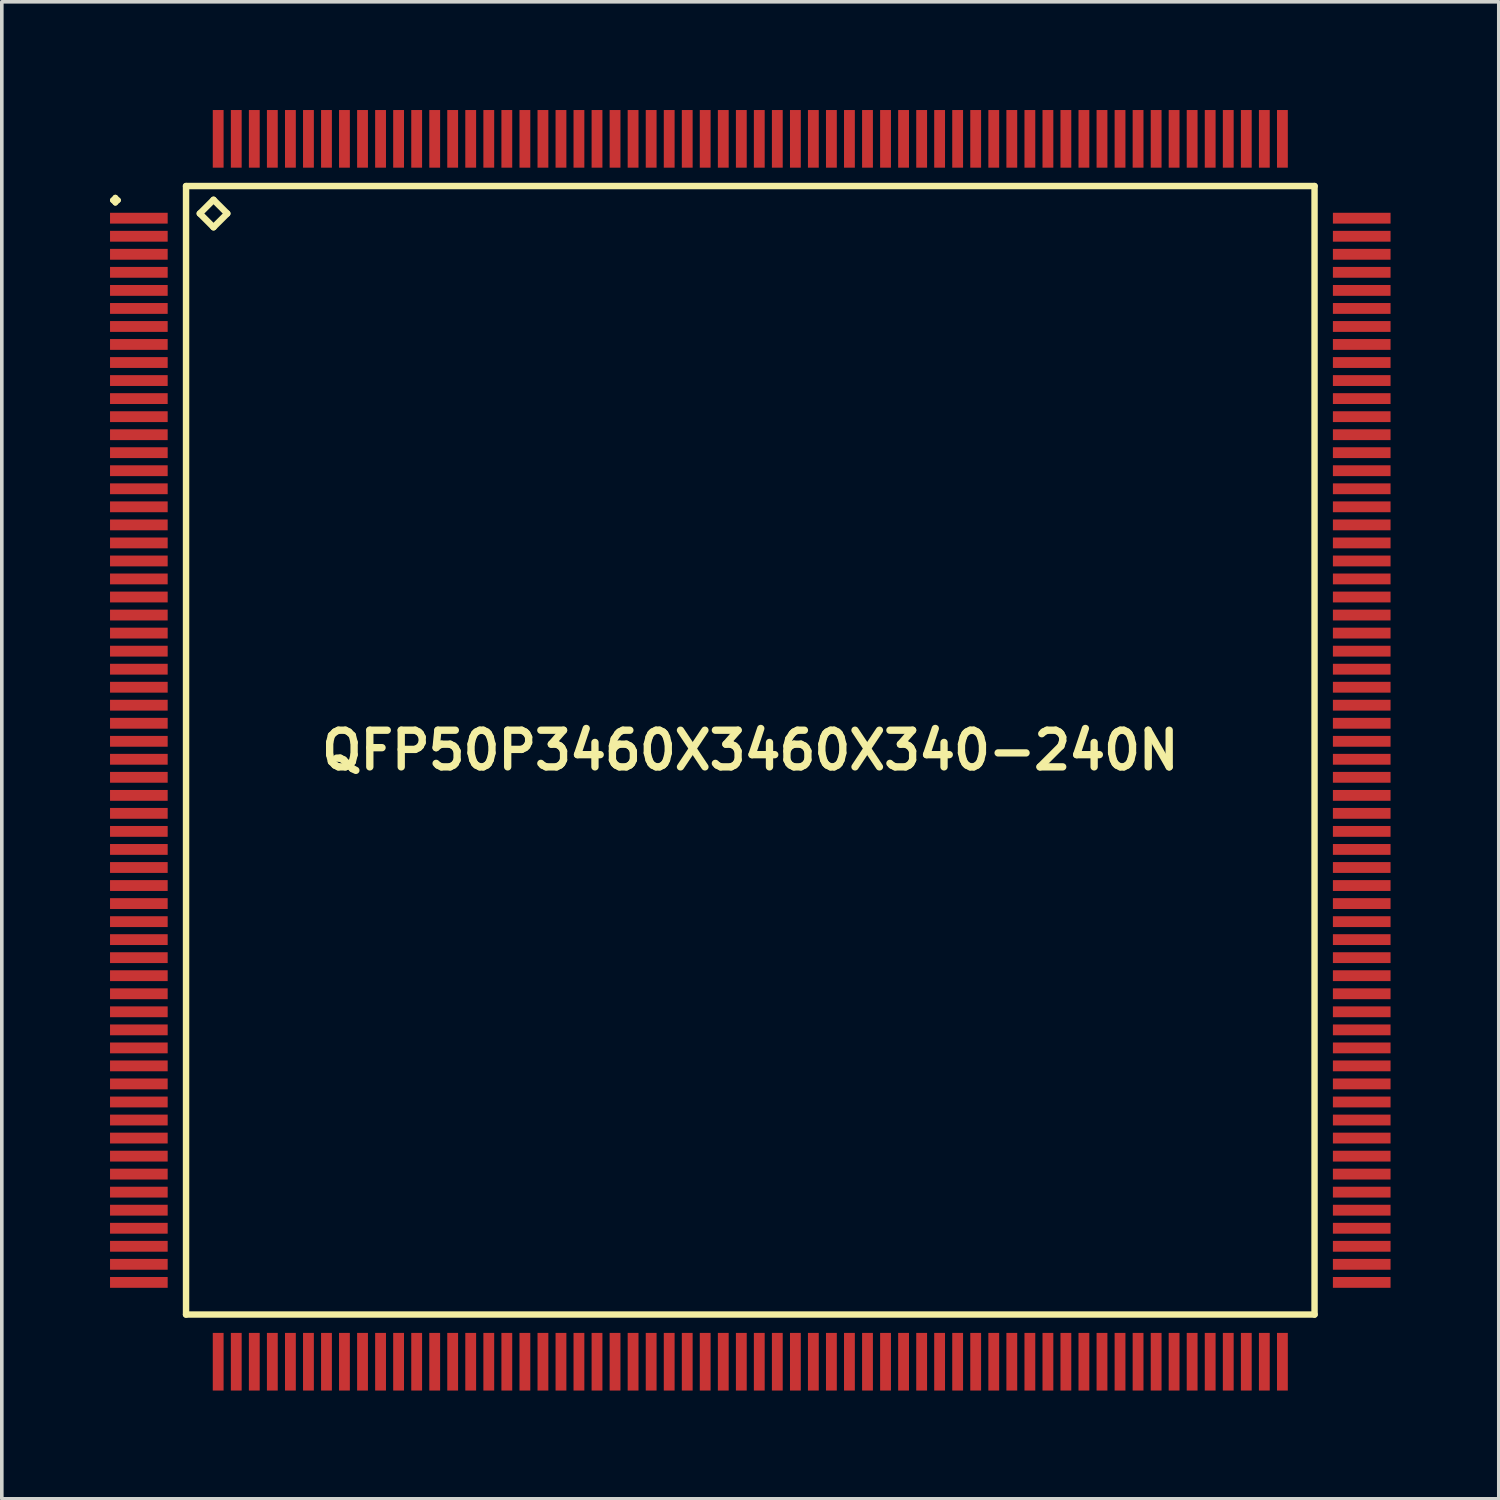
<source format=kicad_pcb>
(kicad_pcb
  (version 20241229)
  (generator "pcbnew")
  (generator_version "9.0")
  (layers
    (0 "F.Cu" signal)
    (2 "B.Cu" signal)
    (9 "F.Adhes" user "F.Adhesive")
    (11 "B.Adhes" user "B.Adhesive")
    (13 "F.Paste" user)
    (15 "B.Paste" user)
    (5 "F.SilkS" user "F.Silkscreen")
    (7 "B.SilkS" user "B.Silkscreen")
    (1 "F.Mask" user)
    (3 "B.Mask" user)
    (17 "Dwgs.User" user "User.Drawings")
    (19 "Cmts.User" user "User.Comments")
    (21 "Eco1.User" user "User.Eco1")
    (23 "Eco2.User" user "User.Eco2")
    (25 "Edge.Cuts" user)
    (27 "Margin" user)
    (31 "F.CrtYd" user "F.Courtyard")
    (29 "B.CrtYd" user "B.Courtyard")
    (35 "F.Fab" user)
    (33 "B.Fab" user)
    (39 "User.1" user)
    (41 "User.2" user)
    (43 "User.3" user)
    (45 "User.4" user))
  (footprint "QFP50P3460X3460X340-240N"
    (layer "F.Cu")
    (at 17.748 17.748)
    (property "Reference" "QFP50P3460X3460X340-240N" (at 0 0 0) (layer "F.SilkS") (effects (font (size 1.016 1.016) (thickness 0.203))))
    (attr smd)
    (fp_line (start -17.673 -15.248) (end -17.6 -15.324) (stroke (width 0.15) (type solid)) (layer "F.SilkS"))
    (fp_line (start -17.6 -15.324) (end -17.523 -15.248) (stroke (width 0.15) (type solid)) (layer "F.SilkS"))
    (fp_line (start -17.6 -15.174) (end -17.673 -15.248) (stroke (width 0.15) (type solid)) (layer "F.SilkS"))
    (fp_line (start -17.523 -15.248) (end -17.6 -15.174) (stroke (width 0.15) (type solid)) (layer "F.SilkS"))
    (fp_line (start -15.641 -15.641) (end -15.641 15.641) (stroke (width 0.178) (type solid)) (layer "F.SilkS"))
    (fp_line (start -15.641 15.641) (end 15.641 15.641) (stroke (width 0.178) (type solid)) (layer "F.SilkS"))
    (fp_line (start -15.26 -14.879) (end -14.879 -15.26) (stroke (width 0.178) (type solid)) (layer "F.SilkS"))
    (fp_line (start -14.879 -15.26) (end -14.498 -14.879) (stroke (width 0.178) (type solid)) (layer "F.SilkS"))
    (fp_line (start -14.879 -14.498) (end -15.26 -14.879) (stroke (width 0.178) (type solid)) (layer "F.SilkS"))
    (fp_line (start -14.498 -14.879) (end -14.879 -14.498) (stroke (width 0.178) (type solid)) (layer "F.SilkS"))
    (fp_line (start 15.641 -15.641) (end -15.641 -15.641) (stroke (width 0.178) (type solid)) (layer "F.SilkS"))
    (fp_line (start 15.641 15.641) (end 15.641 -15.641) (stroke (width 0.178) (type solid)) (layer "F.SilkS"))
    (pad "1" smd rect (at -16.949 -14.75) (size 1.598 0.3) (layers "F.Cu" "F.Mask" "F.Paste"))
    (pad "2" smd rect (at -16.949 -14.249) (size 1.598 0.3) (layers "F.Cu" "F.Mask" "F.Paste"))
    (pad "3" smd rect (at -16.949 -13.749) (size 1.598 0.3) (layers "F.Cu" "F.Mask" "F.Paste"))
    (pad "4" smd rect (at -16.949 -13.249) (size 1.598 0.3) (layers "F.Cu" "F.Mask" "F.Paste"))
    (pad "5" smd rect (at -16.949 -12.748) (size 1.598 0.3) (layers "F.Cu" "F.Mask" "F.Paste"))
    (pad "6" smd rect (at -16.949 -12.248) (size 1.598 0.3) (layers "F.Cu" "F.Mask" "F.Paste"))
    (pad "7" smd rect (at -16.949 -11.748) (size 1.598 0.3) (layers "F.Cu" "F.Mask" "F.Paste"))
    (pad "8" smd rect (at -16.949 -11.25) (size 1.598 0.3) (layers "F.Cu" "F.Mask" "F.Paste"))
    (pad "9" smd rect (at -16.949 -10.749) (size 1.598 0.3) (layers "F.Cu" "F.Mask" "F.Paste"))
    (pad "10" smd rect (at -16.949 -10.249) (size 1.598 0.3) (layers "F.Cu" "F.Mask" "F.Paste"))
    (pad "11" smd rect (at -16.949 -9.749) (size 1.598 0.3) (layers "F.Cu" "F.Mask" "F.Paste"))
    (pad "12" smd rect (at -16.949 -9.248) (size 1.598 0.3) (layers "F.Cu" "F.Mask" "F.Paste"))
    (pad "13" smd rect (at -16.949 -8.748) (size 1.598 0.3) (layers "F.Cu" "F.Mask" "F.Paste"))
    (pad "14" smd rect (at -16.949 -8.25) (size 1.598 0.3) (layers "F.Cu" "F.Mask" "F.Paste"))
    (pad "15" smd rect (at -16.949 -7.75) (size 1.598 0.3) (layers "F.Cu" "F.Mask" "F.Paste"))
    (pad "16" smd rect (at -16.949 -7.249) (size 1.598 0.3) (layers "F.Cu" "F.Mask" "F.Paste"))
    (pad "17" smd rect (at -16.949 -6.749) (size 1.598 0.3) (layers "F.Cu" "F.Mask" "F.Paste"))
    (pad "18" smd rect (at -16.949 -6.248) (size 1.598 0.3) (layers "F.Cu" "F.Mask" "F.Paste"))
    (pad "19" smd rect (at -16.949 -5.748) (size 1.598 0.3) (layers "F.Cu" "F.Mask" "F.Paste"))
    (pad "20" smd rect (at -16.949 -5.248) (size 1.598 0.3) (layers "F.Cu" "F.Mask" "F.Paste"))
    (pad "21" smd rect (at -16.949 -4.75) (size 1.598 0.3) (layers "F.Cu" "F.Mask" "F.Paste"))
    (pad "22" smd rect (at -16.949 -4.249) (size 1.598 0.3) (layers "F.Cu" "F.Mask" "F.Paste"))
    (pad "23" smd rect (at -16.949 -3.749) (size 1.598 0.3) (layers "F.Cu" "F.Mask" "F.Paste"))
    (pad "24" smd rect (at -16.949 -3.249) (size 1.598 0.3) (layers "F.Cu" "F.Mask" "F.Paste"))
    (pad "25" smd rect (at -16.949 -2.748) (size 1.598 0.3) (layers "F.Cu" "F.Mask" "F.Paste"))
    (pad "26" smd rect (at -16.949 -2.248) (size 1.598 0.3) (layers "F.Cu" "F.Mask" "F.Paste"))
    (pad "27" smd rect (at -16.949 -1.748) (size 1.598 0.3) (layers "F.Cu" "F.Mask" "F.Paste"))
    (pad "28" smd rect (at -16.949 -1.25) (size 1.598 0.3) (layers "F.Cu" "F.Mask" "F.Paste"))
    (pad "29" smd rect (at -16.949 -0.749) (size 1.598 0.3) (layers "F.Cu" "F.Mask" "F.Paste"))
    (pad "30" smd rect (at -16.949 -0.249) (size 1.598 0.3) (layers "F.Cu" "F.Mask" "F.Paste"))
    (pad "31" smd rect (at -16.949 0.249) (size 1.598 0.3) (layers "F.Cu" "F.Mask" "F.Paste"))
    (pad "32" smd rect (at -16.949 0.749) (size 1.598 0.3) (layers "F.Cu" "F.Mask" "F.Paste"))
    (pad "33" smd rect (at -16.949 1.25) (size 1.598 0.3) (layers "F.Cu" "F.Mask" "F.Paste"))
    (pad "34" smd rect (at -16.949 1.748) (size 1.598 0.3) (layers "F.Cu" "F.Mask" "F.Paste"))
    (pad "35" smd rect (at -16.949 2.248) (size 1.598 0.3) (layers "F.Cu" "F.Mask" "F.Paste"))
    (pad "36" smd rect (at -16.949 2.748) (size 1.598 0.3) (layers "F.Cu" "F.Mask" "F.Paste"))
    (pad "37" smd rect (at -16.949 3.249) (size 1.598 0.3) (layers "F.Cu" "F.Mask" "F.Paste"))
    (pad "38" smd rect (at -16.949 3.749) (size 1.598 0.3) (layers "F.Cu" "F.Mask" "F.Paste"))
    (pad "39" smd rect (at -16.949 4.249) (size 1.598 0.3) (layers "F.Cu" "F.Mask" "F.Paste"))
    (pad "40" smd rect (at -16.949 4.75) (size 1.598 0.3) (layers "F.Cu" "F.Mask" "F.Paste"))
    (pad "41" smd rect (at -16.949 5.248) (size 1.598 0.3) (layers "F.Cu" "F.Mask" "F.Paste"))
    (pad "42" smd rect (at -16.949 5.748) (size 1.598 0.3) (layers "F.Cu" "F.Mask" "F.Paste"))
    (pad "43" smd rect (at -16.949 6.248) (size 1.598 0.3) (layers "F.Cu" "F.Mask" "F.Paste"))
    (pad "44" smd rect (at -16.949 6.749) (size 1.598 0.3) (layers "F.Cu" "F.Mask" "F.Paste"))
    (pad "45" smd rect (at -16.949 7.249) (size 1.598 0.3) (layers "F.Cu" "F.Mask" "F.Paste"))
    (pad "46" smd rect (at -16.949 7.75) (size 1.598 0.3) (layers "F.Cu" "F.Mask" "F.Paste"))
    (pad "47" smd rect (at -16.949 8.25) (size 1.598 0.3) (layers "F.Cu" "F.Mask" "F.Paste"))
    (pad "48" smd rect (at -16.949 8.748) (size 1.598 0.3) (layers "F.Cu" "F.Mask" "F.Paste"))
    (pad "49" smd rect (at -16.949 9.248) (size 1.598 0.3) (layers "F.Cu" "F.Mask" "F.Paste"))
    (pad "50" smd rect (at -16.949 9.749) (size 1.598 0.3) (layers "F.Cu" "F.Mask" "F.Paste"))
    (pad "51" smd rect (at -16.949 10.249) (size 1.598 0.3) (layers "F.Cu" "F.Mask" "F.Paste"))
    (pad "52" smd rect (at -16.949 10.749) (size 1.598 0.3) (layers "F.Cu" "F.Mask" "F.Paste"))
    (pad "53" smd rect (at -16.949 11.25) (size 1.598 0.3) (layers "F.Cu" "F.Mask" "F.Paste"))
    (pad "54" smd rect (at -16.949 11.748) (size 1.598 0.3) (layers "F.Cu" "F.Mask" "F.Paste"))
    (pad "55" smd rect (at -16.949 12.248) (size 1.598 0.3) (layers "F.Cu" "F.Mask" "F.Paste"))
    (pad "56" smd rect (at -16.949 12.748) (size 1.598 0.3) (layers "F.Cu" "F.Mask" "F.Paste"))
    (pad "57" smd rect (at -16.949 13.249) (size 1.598 0.3) (layers "F.Cu" "F.Mask" "F.Paste"))
    (pad "58" smd rect (at -16.949 13.749) (size 1.598 0.3) (layers "F.Cu" "F.Mask" "F.Paste"))
    (pad "59" smd rect (at -16.949 14.249) (size 1.598 0.3) (layers "F.Cu" "F.Mask" "F.Paste"))
    (pad "60" smd rect (at -16.949 14.75) (size 1.598 0.3) (layers "F.Cu" "F.Mask" "F.Paste"))
    (pad "61" smd rect (at -14.75 16.949) (size 0.3 1.598) (layers "F.Cu" "F.Mask" "F.Paste"))
    (pad "62" smd rect (at -14.249 16.949) (size 0.3 1.598) (layers "F.Cu" "F.Mask" "F.Paste"))
    (pad "63" smd rect (at -13.749 16.949) (size 0.3 1.598) (layers "F.Cu" "F.Mask" "F.Paste"))
    (pad "64" smd rect (at -13.249 16.949) (size 0.3 1.598) (layers "F.Cu" "F.Mask" "F.Paste"))
    (pad "65" smd rect (at -12.748 16.949) (size 0.3 1.598) (layers "F.Cu" "F.Mask" "F.Paste"))
    (pad "66" smd rect (at -12.248 16.949) (size 0.3 1.598) (layers "F.Cu" "F.Mask" "F.Paste"))
    (pad "67" smd rect (at -11.748 16.949) (size 0.3 1.598) (layers "F.Cu" "F.Mask" "F.Paste"))
    (pad "68" smd rect (at -11.25 16.949) (size 0.3 1.598) (layers "F.Cu" "F.Mask" "F.Paste"))
    (pad "69" smd rect (at -10.749 16.949) (size 0.3 1.598) (layers "F.Cu" "F.Mask" "F.Paste"))
    (pad "70" smd rect (at -10.249 16.949) (size 0.3 1.598) (layers "F.Cu" "F.Mask" "F.Paste"))
    (pad "71" smd rect (at -9.749 16.949) (size 0.3 1.598) (layers "F.Cu" "F.Mask" "F.Paste"))
    (pad "72" smd rect (at -9.248 16.949) (size 0.3 1.598) (layers "F.Cu" "F.Mask" "F.Paste"))
    (pad "73" smd rect (at -8.748 16.949) (size 0.3 1.598) (layers "F.Cu" "F.Mask" "F.Paste"))
    (pad "74" smd rect (at -8.25 16.949) (size 0.3 1.598) (layers "F.Cu" "F.Mask" "F.Paste"))
    (pad "75" smd rect (at -7.75 16.949) (size 0.3 1.598) (layers "F.Cu" "F.Mask" "F.Paste"))
    (pad "76" smd rect (at -7.249 16.949) (size 0.3 1.598) (layers "F.Cu" "F.Mask" "F.Paste"))
    (pad "77" smd rect (at -6.749 16.949) (size 0.3 1.598) (layers "F.Cu" "F.Mask" "F.Paste"))
    (pad "78" smd rect (at -6.248 16.949) (size 0.3 1.598) (layers "F.Cu" "F.Mask" "F.Paste"))
    (pad "79" smd rect (at -5.748 16.949) (size 0.3 1.598) (layers "F.Cu" "F.Mask" "F.Paste"))
    (pad "80" smd rect (at -5.248 16.949) (size 0.3 1.598) (layers "F.Cu" "F.Mask" "F.Paste"))
    (pad "81" smd rect (at -4.75 16.949) (size 0.3 1.598) (layers "F.Cu" "F.Mask" "F.Paste"))
    (pad "82" smd rect (at -4.249 16.949) (size 0.3 1.598) (layers "F.Cu" "F.Mask" "F.Paste"))
    (pad "83" smd rect (at -3.749 16.949) (size 0.3 1.598) (layers "F.Cu" "F.Mask" "F.Paste"))
    (pad "84" smd rect (at -3.249 16.949) (size 0.3 1.598) (layers "F.Cu" "F.Mask" "F.Paste"))
    (pad "85" smd rect (at -2.748 16.949) (size 0.3 1.598) (layers "F.Cu" "F.Mask" "F.Paste"))
    (pad "86" smd rect (at -2.248 16.949) (size 0.3 1.598) (layers "F.Cu" "F.Mask" "F.Paste"))
    (pad "87" smd rect (at -1.748 16.949) (size 0.3 1.598) (layers "F.Cu" "F.Mask" "F.Paste"))
    (pad "88" smd rect (at -1.25 16.949) (size 0.3 1.598) (layers "F.Cu" "F.Mask" "F.Paste"))
    (pad "89" smd rect (at -0.749 16.949) (size 0.3 1.598) (layers "F.Cu" "F.Mask" "F.Paste"))
    (pad "90" smd rect (at -0.249 16.949) (size 0.3 1.598) (layers "F.Cu" "F.Mask" "F.Paste"))
    (pad "91" smd rect (at 0.249 16.949) (size 0.3 1.598) (layers "F.Cu" "F.Mask" "F.Paste"))
    (pad "92" smd rect (at 0.749 16.949) (size 0.3 1.598) (layers "F.Cu" "F.Mask" "F.Paste"))
    (pad "93" smd rect (at 1.25 16.949) (size 0.3 1.598) (layers "F.Cu" "F.Mask" "F.Paste"))
    (pad "94" smd rect (at 1.748 16.949) (size 0.3 1.598) (layers "F.Cu" "F.Mask" "F.Paste"))
    (pad "95" smd rect (at 2.248 16.949) (size 0.3 1.598) (layers "F.Cu" "F.Mask" "F.Paste"))
    (pad "96" smd rect (at 2.748 16.949) (size 0.3 1.598) (layers "F.Cu" "F.Mask" "F.Paste"))
    (pad "97" smd rect (at 3.249 16.949) (size 0.3 1.598) (layers "F.Cu" "F.Mask" "F.Paste"))
    (pad "98" smd rect (at 3.749 16.949) (size 0.3 1.598) (layers "F.Cu" "F.Mask" "F.Paste"))
    (pad "99" smd rect (at 4.249 16.949) (size 0.3 1.598) (layers "F.Cu" "F.Mask" "F.Paste"))
    (pad "100" smd rect (at 4.75 16.949) (size 0.3 1.598) (layers "F.Cu" "F.Mask" "F.Paste"))
    (pad "101" smd rect (at 5.248 16.949) (size 0.3 1.598) (layers "F.Cu" "F.Mask" "F.Paste"))
    (pad "102" smd rect (at 5.748 16.949) (size 0.3 1.598) (layers "F.Cu" "F.Mask" "F.Paste"))
    (pad "103" smd rect (at 6.248 16.949) (size 0.3 1.598) (layers "F.Cu" "F.Mask" "F.Paste"))
    (pad "104" smd rect (at 6.749 16.949) (size 0.3 1.598) (layers "F.Cu" "F.Mask" "F.Paste"))
    (pad "105" smd rect (at 7.249 16.949) (size 0.3 1.598) (layers "F.Cu" "F.Mask" "F.Paste"))
    (pad "106" smd rect (at 7.75 16.949) (size 0.3 1.598) (layers "F.Cu" "F.Mask" "F.Paste"))
    (pad "107" smd rect (at 8.25 16.949) (size 0.3 1.598) (layers "F.Cu" "F.Mask" "F.Paste"))
    (pad "108" smd rect (at 8.748 16.949) (size 0.3 1.598) (layers "F.Cu" "F.Mask" "F.Paste"))
    (pad "109" smd rect (at 9.248 16.949) (size 0.3 1.598) (layers "F.Cu" "F.Mask" "F.Paste"))
    (pad "110" smd rect (at 9.749 16.949) (size 0.3 1.598) (layers "F.Cu" "F.Mask" "F.Paste"))
    (pad "111" smd rect (at 10.249 16.949) (size 0.3 1.598) (layers "F.Cu" "F.Mask" "F.Paste"))
    (pad "112" smd rect (at 10.749 16.949) (size 0.3 1.598) (layers "F.Cu" "F.Mask" "F.Paste"))
    (pad "113" smd rect (at 11.25 16.949) (size 0.3 1.598) (layers "F.Cu" "F.Mask" "F.Paste"))
    (pad "114" smd rect (at 11.748 16.949) (size 0.3 1.598) (layers "F.Cu" "F.Mask" "F.Paste"))
    (pad "115" smd rect (at 12.248 16.949) (size 0.3 1.598) (layers "F.Cu" "F.Mask" "F.Paste"))
    (pad "116" smd rect (at 12.748 16.949) (size 0.3 1.598) (layers "F.Cu" "F.Mask" "F.Paste"))
    (pad "117" smd rect (at 13.249 16.949) (size 0.3 1.598) (layers "F.Cu" "F.Mask" "F.Paste"))
    (pad "118" smd rect (at 13.749 16.949) (size 0.3 1.598) (layers "F.Cu" "F.Mask" "F.Paste"))
    (pad "119" smd rect (at 14.249 16.949) (size 0.3 1.598) (layers "F.Cu" "F.Mask" "F.Paste"))
    (pad "120" smd rect (at 14.75 16.949) (size 0.3 1.598) (layers "F.Cu" "F.Mask" "F.Paste"))
    (pad "121" smd rect (at 16.949 14.75) (size 1.598 0.3) (layers "F.Cu" "F.Mask" "F.Paste"))
    (pad "122" smd rect (at 16.949 14.249) (size 1.598 0.3) (layers "F.Cu" "F.Mask" "F.Paste"))
    (pad "123" smd rect (at 16.949 13.749) (size 1.598 0.3) (layers "F.Cu" "F.Mask" "F.Paste"))
    (pad "124" smd rect (at 16.949 13.249) (size 1.598 0.3) (layers "F.Cu" "F.Mask" "F.Paste"))
    (pad "125" smd rect (at 16.949 12.748) (size 1.598 0.3) (layers "F.Cu" "F.Mask" "F.Paste"))
    (pad "126" smd rect (at 16.949 12.248) (size 1.598 0.3) (layers "F.Cu" "F.Mask" "F.Paste"))
    (pad "127" smd rect (at 16.949 11.748) (size 1.598 0.3) (layers "F.Cu" "F.Mask" "F.Paste"))
    (pad "128" smd rect (at 16.949 11.25) (size 1.598 0.3) (layers "F.Cu" "F.Mask" "F.Paste"))
    (pad "129" smd rect (at 16.949 10.749) (size 1.598 0.3) (layers "F.Cu" "F.Mask" "F.Paste"))
    (pad "130" smd rect (at 16.949 10.249) (size 1.598 0.3) (layers "F.Cu" "F.Mask" "F.Paste"))
    (pad "131" smd rect (at 16.949 9.749) (size 1.598 0.3) (layers "F.Cu" "F.Mask" "F.Paste"))
    (pad "132" smd rect (at 16.949 9.248) (size 1.598 0.3) (layers "F.Cu" "F.Mask" "F.Paste"))
    (pad "133" smd rect (at 16.949 8.748) (size 1.598 0.3) (layers "F.Cu" "F.Mask" "F.Paste"))
    (pad "134" smd rect (at 16.949 8.25) (size 1.598 0.3) (layers "F.Cu" "F.Mask" "F.Paste"))
    (pad "135" smd rect (at 16.949 7.75) (size 1.598 0.3) (layers "F.Cu" "F.Mask" "F.Paste"))
    (pad "136" smd rect (at 16.949 7.249) (size 1.598 0.3) (layers "F.Cu" "F.Mask" "F.Paste"))
    (pad "137" smd rect (at 16.949 6.749) (size 1.598 0.3) (layers "F.Cu" "F.Mask" "F.Paste"))
    (pad "138" smd rect (at 16.949 6.248) (size 1.598 0.3) (layers "F.Cu" "F.Mask" "F.Paste"))
    (pad "139" smd rect (at 16.949 5.748) (size 1.598 0.3) (layers "F.Cu" "F.Mask" "F.Paste"))
    (pad "140" smd rect (at 16.949 5.248) (size 1.598 0.3) (layers "F.Cu" "F.Mask" "F.Paste"))
    (pad "141" smd rect (at 16.949 4.75) (size 1.598 0.3) (layers "F.Cu" "F.Mask" "F.Paste"))
    (pad "142" smd rect (at 16.949 4.249) (size 1.598 0.3) (layers "F.Cu" "F.Mask" "F.Paste"))
    (pad "143" smd rect (at 16.949 3.749) (size 1.598 0.3) (layers "F.Cu" "F.Mask" "F.Paste"))
    (pad "144" smd rect (at 16.949 3.249) (size 1.598 0.3) (layers "F.Cu" "F.Mask" "F.Paste"))
    (pad "145" smd rect (at 16.949 2.748) (size 1.598 0.3) (layers "F.Cu" "F.Mask" "F.Paste"))
    (pad "146" smd rect (at 16.949 2.248) (size 1.598 0.3) (layers "F.Cu" "F.Mask" "F.Paste"))
    (pad "147" smd rect (at 16.949 1.748) (size 1.598 0.3) (layers "F.Cu" "F.Mask" "F.Paste"))
    (pad "148" smd rect (at 16.949 1.25) (size 1.598 0.3) (layers "F.Cu" "F.Mask" "F.Paste"))
    (pad "149" smd rect (at 16.949 0.749) (size 1.598 0.3) (layers "F.Cu" "F.Mask" "F.Paste"))
    (pad "150" smd rect (at 16.949 0.249) (size 1.598 0.3) (layers "F.Cu" "F.Mask" "F.Paste"))
    (pad "151" smd rect (at 16.949 -0.249) (size 1.598 0.3) (layers "F.Cu" "F.Mask" "F.Paste"))
    (pad "152" smd rect (at 16.949 -0.749) (size 1.598 0.3) (layers "F.Cu" "F.Mask" "F.Paste"))
    (pad "153" smd rect (at 16.949 -1.25) (size 1.598 0.3) (layers "F.Cu" "F.Mask" "F.Paste"))
    (pad "154" smd rect (at 16.949 -1.748) (size 1.598 0.3) (layers "F.Cu" "F.Mask" "F.Paste"))
    (pad "155" smd rect (at 16.949 -2.248) (size 1.598 0.3) (layers "F.Cu" "F.Mask" "F.Paste"))
    (pad "156" smd rect (at 16.949 -2.748) (size 1.598 0.3) (layers "F.Cu" "F.Mask" "F.Paste"))
    (pad "157" smd rect (at 16.949 -3.249) (size 1.598 0.3) (layers "F.Cu" "F.Mask" "F.Paste"))
    (pad "158" smd rect (at 16.949 -3.749) (size 1.598 0.3) (layers "F.Cu" "F.Mask" "F.Paste"))
    (pad "159" smd rect (at 16.949 -4.249) (size 1.598 0.3) (layers "F.Cu" "F.Mask" "F.Paste"))
    (pad "160" smd rect (at 16.949 -4.75) (size 1.598 0.3) (layers "F.Cu" "F.Mask" "F.Paste"))
    (pad "161" smd rect (at 16.949 -5.248) (size 1.598 0.3) (layers "F.Cu" "F.Mask" "F.Paste"))
    (pad "162" smd rect (at 16.949 -5.748) (size 1.598 0.3) (layers "F.Cu" "F.Mask" "F.Paste"))
    (pad "163" smd rect (at 16.949 -6.248) (size 1.598 0.3) (layers "F.Cu" "F.Mask" "F.Paste"))
    (pad "164" smd rect (at 16.949 -6.749) (size 1.598 0.3) (layers "F.Cu" "F.Mask" "F.Paste"))
    (pad "165" smd rect (at 16.949 -7.249) (size 1.598 0.3) (layers "F.Cu" "F.Mask" "F.Paste"))
    (pad "166" smd rect (at 16.949 -7.75) (size 1.598 0.3) (layers "F.Cu" "F.Mask" "F.Paste"))
    (pad "167" smd rect (at 16.949 -8.25) (size 1.598 0.3) (layers "F.Cu" "F.Mask" "F.Paste"))
    (pad "168" smd rect (at 16.949 -8.748) (size 1.598 0.3) (layers "F.Cu" "F.Mask" "F.Paste"))
    (pad "169" smd rect (at 16.949 -9.248) (size 1.598 0.3) (layers "F.Cu" "F.Mask" "F.Paste"))
    (pad "170" smd rect (at 16.949 -9.749) (size 1.598 0.3) (layers "F.Cu" "F.Mask" "F.Paste"))
    (pad "171" smd rect (at 16.949 -10.249) (size 1.598 0.3) (layers "F.Cu" "F.Mask" "F.Paste"))
    (pad "172" smd rect (at 16.949 -10.749) (size 1.598 0.3) (layers "F.Cu" "F.Mask" "F.Paste"))
    (pad "173" smd rect (at 16.949 -11.25) (size 1.598 0.3) (layers "F.Cu" "F.Mask" "F.Paste"))
    (pad "174" smd rect (at 16.949 -11.748) (size 1.598 0.3) (layers "F.Cu" "F.Mask" "F.Paste"))
    (pad "175" smd rect (at 16.949 -12.248) (size 1.598 0.3) (layers "F.Cu" "F.Mask" "F.Paste"))
    (pad "176" smd rect (at 16.949 -12.748) (size 1.598 0.3) (layers "F.Cu" "F.Mask" "F.Paste"))
    (pad "177" smd rect (at 16.949 -13.249) (size 1.598 0.3) (layers "F.Cu" "F.Mask" "F.Paste"))
    (pad "178" smd rect (at 16.949 -13.749) (size 1.598 0.3) (layers "F.Cu" "F.Mask" "F.Paste"))
    (pad "179" smd rect (at 16.949 -14.249) (size 1.598 0.3) (layers "F.Cu" "F.Mask" "F.Paste"))
    (pad "180" smd rect (at 16.949 -14.75) (size 1.598 0.3) (layers "F.Cu" "F.Mask" "F.Paste"))
    (pad "181" smd rect (at 14.75 -16.949) (size 0.3 1.598) (layers "F.Cu" "F.Mask" "F.Paste"))
    (pad "182" smd rect (at 14.249 -16.949) (size 0.3 1.598) (layers "F.Cu" "F.Mask" "F.Paste"))
    (pad "183" smd rect (at 13.749 -16.949) (size 0.3 1.598) (layers "F.Cu" "F.Mask" "F.Paste"))
    (pad "184" smd rect (at 13.249 -16.949) (size 0.3 1.598) (layers "F.Cu" "F.Mask" "F.Paste"))
    (pad "185" smd rect (at 12.748 -16.949) (size 0.3 1.598) (layers "F.Cu" "F.Mask" "F.Paste"))
    (pad "186" smd rect (at 12.248 -16.949) (size 0.3 1.598) (layers "F.Cu" "F.Mask" "F.Paste"))
    (pad "187" smd rect (at 11.748 -16.949) (size 0.3 1.598) (layers "F.Cu" "F.Mask" "F.Paste"))
    (pad "188" smd rect (at 11.25 -16.949) (size 0.3 1.598) (layers "F.Cu" "F.Mask" "F.Paste"))
    (pad "189" smd rect (at 10.749 -16.949) (size 0.3 1.598) (layers "F.Cu" "F.Mask" "F.Paste"))
    (pad "190" smd rect (at 10.249 -16.949) (size 0.3 1.598) (layers "F.Cu" "F.Mask" "F.Paste"))
    (pad "191" smd rect (at 9.749 -16.949) (size 0.3 1.598) (layers "F.Cu" "F.Mask" "F.Paste"))
    (pad "192" smd rect (at 9.248 -16.949) (size 0.3 1.598) (layers "F.Cu" "F.Mask" "F.Paste"))
    (pad "193" smd rect (at 8.748 -16.949) (size 0.3 1.598) (layers "F.Cu" "F.Mask" "F.Paste"))
    (pad "194" smd rect (at 8.25 -16.949) (size 0.3 1.598) (layers "F.Cu" "F.Mask" "F.Paste"))
    (pad "195" smd rect (at 7.75 -16.949) (size 0.3 1.598) (layers "F.Cu" "F.Mask" "F.Paste"))
    (pad "196" smd rect (at 7.249 -16.949) (size 0.3 1.598) (layers "F.Cu" "F.Mask" "F.Paste"))
    (pad "197" smd rect (at 6.749 -16.949) (size 0.3 1.598) (layers "F.Cu" "F.Mask" "F.Paste"))
    (pad "198" smd rect (at 6.248 -16.949) (size 0.3 1.598) (layers "F.Cu" "F.Mask" "F.Paste"))
    (pad "199" smd rect (at 5.748 -16.949) (size 0.3 1.598) (layers "F.Cu" "F.Mask" "F.Paste"))
    (pad "200" smd rect (at 5.248 -16.949) (size 0.3 1.598) (layers "F.Cu" "F.Mask" "F.Paste"))
    (pad "201" smd rect (at 4.75 -16.949) (size 0.3 1.598) (layers "F.Cu" "F.Mask" "F.Paste"))
    (pad "202" smd rect (at 4.249 -16.949) (size 0.3 1.598) (layers "F.Cu" "F.Mask" "F.Paste"))
    (pad "203" smd rect (at 3.749 -16.949) (size 0.3 1.598) (layers "F.Cu" "F.Mask" "F.Paste"))
    (pad "204" smd rect (at 3.249 -16.949) (size 0.3 1.598) (layers "F.Cu" "F.Mask" "F.Paste"))
    (pad "205" smd rect (at 2.748 -16.949) (size 0.3 1.598) (layers "F.Cu" "F.Mask" "F.Paste"))
    (pad "206" smd rect (at 2.248 -16.949) (size 0.3 1.598) (layers "F.Cu" "F.Mask" "F.Paste"))
    (pad "207" smd rect (at 1.748 -16.949) (size 0.3 1.598) (layers "F.Cu" "F.Mask" "F.Paste"))
    (pad "208" smd rect (at 1.25 -16.949) (size 0.3 1.598) (layers "F.Cu" "F.Mask" "F.Paste"))
    (pad "209" smd rect (at 0.749 -16.949) (size 0.3 1.598) (layers "F.Cu" "F.Mask" "F.Paste"))
    (pad "210" smd rect (at 0.249 -16.949) (size 0.3 1.598) (layers "F.Cu" "F.Mask" "F.Paste"))
    (pad "211" smd rect (at -0.249 -16.949) (size 0.3 1.598) (layers "F.Cu" "F.Mask" "F.Paste"))
    (pad "212" smd rect (at -0.749 -16.949) (size 0.3 1.598) (layers "F.Cu" "F.Mask" "F.Paste"))
    (pad "213" smd rect (at -1.25 -16.949) (size 0.3 1.598) (layers "F.Cu" "F.Mask" "F.Paste"))
    (pad "214" smd rect (at -1.748 -16.949) (size 0.3 1.598) (layers "F.Cu" "F.Mask" "F.Paste"))
    (pad "215" smd rect (at -2.248 -16.949) (size 0.3 1.598) (layers "F.Cu" "F.Mask" "F.Paste"))
    (pad "216" smd rect (at -2.748 -16.949) (size 0.3 1.598) (layers "F.Cu" "F.Mask" "F.Paste"))
    (pad "217" smd rect (at -3.249 -16.949) (size 0.3 1.598) (layers "F.Cu" "F.Mask" "F.Paste"))
    (pad "218" smd rect (at -3.749 -16.949) (size 0.3 1.598) (layers "F.Cu" "F.Mask" "F.Paste"))
    (pad "219" smd rect (at -4.249 -16.949) (size 0.3 1.598) (layers "F.Cu" "F.Mask" "F.Paste"))
    (pad "220" smd rect (at -4.75 -16.949) (size 0.3 1.598) (layers "F.Cu" "F.Mask" "F.Paste"))
    (pad "221" smd rect (at -5.248 -16.949) (size 0.3 1.598) (layers "F.Cu" "F.Mask" "F.Paste"))
    (pad "222" smd rect (at -5.748 -16.949) (size 0.3 1.598) (layers "F.Cu" "F.Mask" "F.Paste"))
    (pad "223" smd rect (at -6.248 -16.949) (size 0.3 1.598) (layers "F.Cu" "F.Mask" "F.Paste"))
    (pad "224" smd rect (at -6.749 -16.949) (size 0.3 1.598) (layers "F.Cu" "F.Mask" "F.Paste"))
    (pad "225" smd rect (at -7.249 -16.949) (size 0.3 1.598) (layers "F.Cu" "F.Mask" "F.Paste"))
    (pad "226" smd rect (at -7.75 -16.949) (size 0.3 1.598) (layers "F.Cu" "F.Mask" "F.Paste"))
    (pad "227" smd rect (at -8.25 -16.949) (size 0.3 1.598) (layers "F.Cu" "F.Mask" "F.Paste"))
    (pad "228" smd rect (at -8.748 -16.949) (size 0.3 1.598) (layers "F.Cu" "F.Mask" "F.Paste"))
    (pad "229" smd rect (at -9.248 -16.949) (size 0.3 1.598) (layers "F.Cu" "F.Mask" "F.Paste"))
    (pad "230" smd rect (at -9.749 -16.949) (size 0.3 1.598) (layers "F.Cu" "F.Mask" "F.Paste"))
    (pad "231" smd rect (at -10.249 -16.949) (size 0.3 1.598) (layers "F.Cu" "F.Mask" "F.Paste"))
    (pad "232" smd rect (at -10.749 -16.949) (size 0.3 1.598) (layers "F.Cu" "F.Mask" "F.Paste"))
    (pad "233" smd rect (at -11.25 -16.949) (size 0.3 1.598) (layers "F.Cu" "F.Mask" "F.Paste"))
    (pad "234" smd rect (at -11.748 -16.949) (size 0.3 1.598) (layers "F.Cu" "F.Mask" "F.Paste"))
    (pad "235" smd rect (at -12.248 -16.949) (size 0.3 1.598) (layers "F.Cu" "F.Mask" "F.Paste"))
    (pad "236" smd rect (at -12.748 -16.949) (size 0.3 1.598) (layers "F.Cu" "F.Mask" "F.Paste"))
    (pad "237" smd rect (at -13.249 -16.949) (size 0.3 1.598) (layers "F.Cu" "F.Mask" "F.Paste"))
    (pad "238" smd rect (at -13.749 -16.949) (size 0.3 1.598) (layers "F.Cu" "F.Mask" "F.Paste"))
    (pad "239" smd rect (at -14.249 -16.949) (size 0.3 1.598) (layers "F.Cu" "F.Mask" "F.Paste"))
    (pad "240" smd rect (at -14.75 -16.949) (size 0.3 1.598) (layers "F.Cu" "F.Mask" "F.Paste")))
  (gr_rect
    (start -3 -3)
    (end 38.496 38.496)
    (stroke (width 0.1) (type default))
    (fill no)
    (layer "Edge.Cuts")))
</source>
